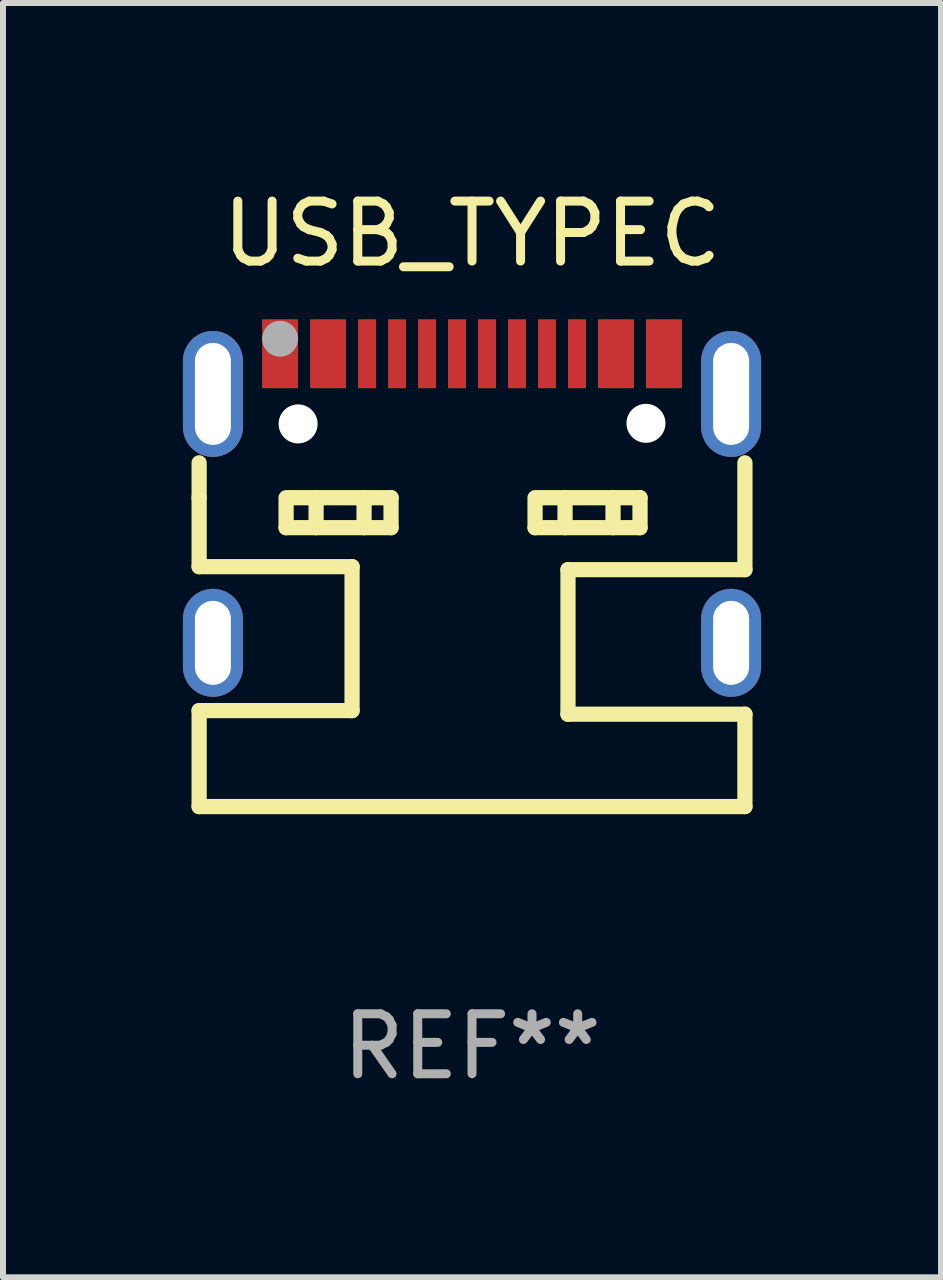
<source format=kicad_pcb>
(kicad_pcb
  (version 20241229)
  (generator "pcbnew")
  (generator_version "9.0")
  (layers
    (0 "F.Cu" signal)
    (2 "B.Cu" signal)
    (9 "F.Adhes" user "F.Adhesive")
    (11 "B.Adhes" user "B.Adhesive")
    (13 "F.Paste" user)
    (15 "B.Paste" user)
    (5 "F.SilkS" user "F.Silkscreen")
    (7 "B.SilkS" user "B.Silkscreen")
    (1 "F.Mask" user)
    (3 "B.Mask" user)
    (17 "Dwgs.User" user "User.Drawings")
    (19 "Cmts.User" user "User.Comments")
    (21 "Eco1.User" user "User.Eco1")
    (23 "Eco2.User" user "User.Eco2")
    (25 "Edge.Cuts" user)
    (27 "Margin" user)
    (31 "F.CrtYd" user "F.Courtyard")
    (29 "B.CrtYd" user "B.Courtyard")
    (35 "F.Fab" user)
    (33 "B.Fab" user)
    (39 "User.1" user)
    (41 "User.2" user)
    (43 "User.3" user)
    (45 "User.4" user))
  (footprint "USB_TYPEC"
    (layer "F.Cu")
    (at 4.82 5.258)
    (property "Reference" "USB_TYPEC" (at -0.000038 -4.41 0) (layer "F.SilkS") (effects (font (size 1 1) (thickness 0.15))))
    (attr through_hole)
    (fp_line (start -4.55 -0.01) (end -4.55 -0.591) (stroke (width 0.254) (type solid)) (layer "F.SilkS"))
    (fp_line (start -4.55 -0.01) (end -4.55 1.14) (stroke (width 0.254) (type solid)) (layer "F.SilkS"))
    (fp_line (start -4.55 1.14) (end -2 1.14) (stroke (width 0.254) (type solid)) (layer "F.SilkS"))
    (fp_line (start -4.55 3.54) (end -4.55 5.14) (stroke (width 0.254) (type solid)) (layer "F.SilkS"))
    (fp_line (start -4.55 5.14) (end 4.55 5.14) (stroke (width 0.254) (type solid)) (layer "F.SilkS"))
    (fp_line (start -3.1 -0.01) (end -3.1 0.49) (stroke (width 0.254) (type solid)) (layer "F.SilkS"))
    (fp_line (start -3.1 0.49) (end -1.35 0.49) (stroke (width 0.254) (type solid)) (layer "F.SilkS"))
    (fp_line (start -2.6 -0.01) (end -2.6 0.49) (stroke (width 0.254) (type solid)) (layer "F.SilkS"))
    (fp_line (start -2 1.14) (end -2 3.54) (stroke (width 0.254) (type solid)) (layer "F.SilkS"))
    (fp_line (start -2 3.54) (end -4.55 3.54) (stroke (width 0.254) (type solid)) (layer "F.SilkS"))
    (fp_line (start -1.8 -0.01) (end -1.8 0.49) (stroke (width 0.254) (type solid)) (layer "F.SilkS"))
    (fp_line (start -1.35 -0.01) (end -3.05 -0.01) (stroke (width 0.254) (type solid)) (layer "F.SilkS"))
    (fp_line (start -1.35 0.49) (end -1.35 -0.01) (stroke (width 0.254) (type solid)) (layer "F.SilkS"))
    (fp_line (start 1.051 -0.01) (end 1.051 0.49) (stroke (width 0.254) (type solid)) (layer "F.SilkS"))
    (fp_line (start 1.051 0.49) (end 2.801 0.49) (stroke (width 0.254) (type solid)) (layer "F.SilkS"))
    (fp_line (start 1.551 -0.01) (end 1.551 0.49) (stroke (width 0.254) (type solid)) (layer "F.SilkS"))
    (fp_line (start 1.6 1.19) (end 1.6 3.6) (stroke (width 0.254) (type solid)) (layer "F.SilkS"))
    (fp_line (start 1.6 1.19) (end 4.55 1.19) (stroke (width 0.254) (type solid)) (layer "F.SilkS"))
    (fp_line (start 2.351 -0.01) (end 2.351 0.49) (stroke (width 0.254) (type solid)) (layer "F.SilkS"))
    (fp_line (start 2.801 -0.01) (end 1.101 -0.01) (stroke (width 0.254) (type solid)) (layer "F.SilkS"))
    (fp_line (start 2.801 0.49) (end 2.801 -0.01) (stroke (width 0.254) (type solid)) (layer "F.SilkS"))
    (fp_line (start 4.55 1.19) (end 4.55 -0.591) (stroke (width 0.254) (type solid)) (layer "F.SilkS"))
    (fp_line (start 4.55 3.6) (end 1.6 3.6) (stroke (width 0.254) (type solid)) (layer "F.SilkS"))
    (fp_line (start 4.55 5.14) (end 4.55 3.6) (stroke (width 0.254) (type solid)) (layer "F.SilkS"))
    (fp_circle (center -3.2 -2.66) (end -3.05 -2.66) (stroke (width 0.3) (type solid)) (fill no) (layer "F.Fab"))
    (fp_circle (center -2.89 -1.24) (end -2.79 -1.24) (stroke (width 0.2) (type solid)) (fill no) (layer "F.Fab"))
    (fp_circle (center 2.89 -1.24) (end 2.99 -1.24) (stroke (width 0.2) (type solid)) (fill no) (layer "F.Fab"))
    (fp_text user "REF**" (at -0.000038 9.14 0) (layer "F.Fab") (effects (font (size 1 1) (thickness 0.15))))
    (pad "" np_thru_hole circle (at -2.9 -1.24) (size 0.65 0.65) (drill 0.65) (layers "*.Cu" "*.Mask"))
    (pad "" np_thru_hole circle (at 2.9 -1.25) (size 0.65 0.65) (drill 0.65) (layers "*.Cu" "*.Mask"))
    (pad "13" thru_hole oval (at -4.32 -1.74) (size 1 2.1) (drill oval 0.6 1.7) (layers "*.Cu" "*.Mask"))
    (pad "13" thru_hole oval (at -4.32 2.41) (size 1 1.8) (drill oval 0.6 1.4) (layers "*.Cu" "*.Mask"))
    (pad "13" thru_hole oval (at 4.32 -1.74) (size 1 2.1) (drill oval 0.6 1.7) (layers "*.Cu" "*.Mask"))
    (pad "13" thru_hole oval (at 4.32 2.41) (size 1 1.8) (drill oval 0.6 1.4) (layers "*.Cu" "*.Mask"))
    (pad "A1B12" smd rect (at -3.2 -2.41) (size 0.6 1.15) (layers "F.Cu" "F.Mask" "F.Paste"))
    (pad "A4B9" smd rect (at -2.4 -2.41) (size 0.6 1.15) (layers "F.Cu" "F.Mask" "F.Paste"))
    (pad "A5" smd rect (at -1.25 -2.41) (size 0.3 1.15) (layers "F.Cu" "F.Mask" "F.Paste"))
    (pad "A6" smd rect (at -0.25 -2.41) (size 0.3 1.15) (layers "F.Cu" "F.Mask" "F.Paste"))
    (pad "A7" smd rect (at 0.25 -2.41) (size 0.3 1.15) (layers "F.Cu" "F.Mask" "F.Paste"))
    (pad "A8" smd rect (at 1.25 -2.41) (size 0.3 1.15) (layers "F.Cu" "F.Mask" "F.Paste"))
    (pad "B1A12" smd rect (at 3.2 -2.41) (size 0.6 1.15) (layers "F.Cu" "F.Mask" "F.Paste"))
    (pad "B4A9" smd rect (at 2.4 -2.41) (size 0.6 1.15) (layers "F.Cu" "F.Mask" "F.Paste"))
    (pad "B5" smd rect (at 1.75 -2.41) (size 0.3 1.15) (layers "F.Cu" "F.Mask" "F.Paste"))
    (pad "B6" smd rect (at 0.75 -2.41) (size 0.3 1.15) (layers "F.Cu" "F.Mask" "F.Paste"))
    (pad "B7" smd rect (at -0.75 -2.41) (size 0.3 1.15) (layers "F.Cu" "F.Mask" "F.Paste"))
    (pad "B8" smd rect (at -1.75 -2.41) (size 0.3 1.15) (layers "F.Cu" "F.Mask" "F.Paste")))
  (gr_rect
    (start -3 -3)
    (end 12.64 18.247)
    (stroke (width 0.1) (type default))
    (fill no)
    (layer "Edge.Cuts")))
</source>
